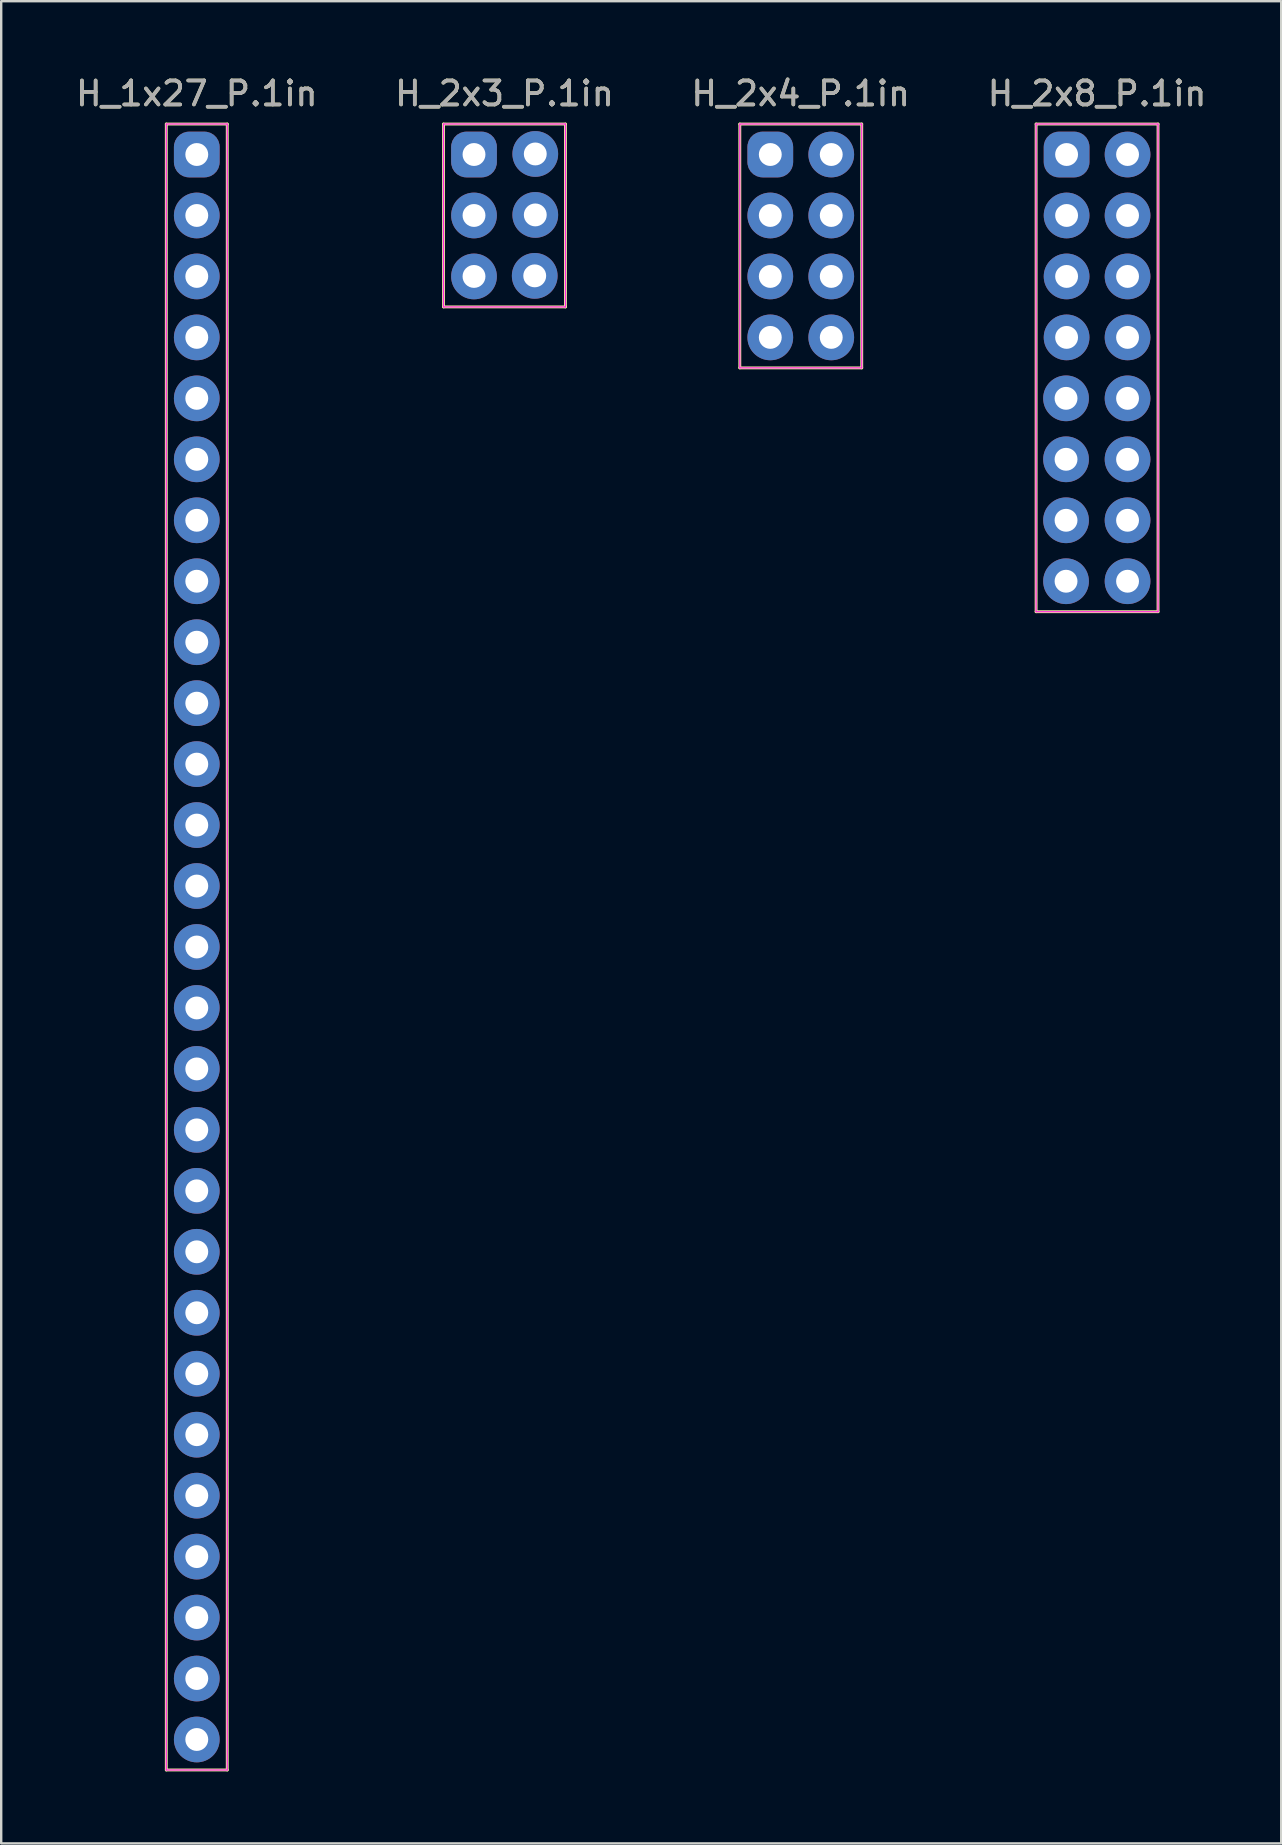
<source format=kicad_pcb>
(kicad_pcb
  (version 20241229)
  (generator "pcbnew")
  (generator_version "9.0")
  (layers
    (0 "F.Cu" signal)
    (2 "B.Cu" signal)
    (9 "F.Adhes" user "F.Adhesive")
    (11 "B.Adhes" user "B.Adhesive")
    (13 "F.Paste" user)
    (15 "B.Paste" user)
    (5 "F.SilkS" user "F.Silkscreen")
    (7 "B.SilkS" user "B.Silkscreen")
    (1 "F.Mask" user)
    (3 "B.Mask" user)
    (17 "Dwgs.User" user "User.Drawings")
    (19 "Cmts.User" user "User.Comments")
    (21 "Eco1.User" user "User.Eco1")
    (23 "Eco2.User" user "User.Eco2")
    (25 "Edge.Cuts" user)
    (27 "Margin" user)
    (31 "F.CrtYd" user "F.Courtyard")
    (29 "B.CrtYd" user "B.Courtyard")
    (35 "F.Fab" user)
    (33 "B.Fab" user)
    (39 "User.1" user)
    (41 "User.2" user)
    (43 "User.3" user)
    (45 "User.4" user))
  (footprint "H_2x8_P.1in"
    (layer "F.Cu")
    (at 41.391 3.388)
    (property "Reference" "H_2x8_P.1in" (at 1.27 -2.54 0) (layer "F.SilkS") (effects (font (size 1 1) (thickness 0.15))))
    (attr through_hole)
    (fp_line (start -1.27 -1.27) (end 3.81 -1.27) (stroke (width 0.12) (type solid)) (layer "F.SilkS"))
    (fp_line (start -1.27 19.05) (end -1.27 -1.27) (stroke (width 0.12) (type solid)) (layer "F.SilkS"))
    (fp_line (start 3.81 -1.27) (end 3.81 19.05) (stroke (width 0.12) (type solid)) (layer "F.SilkS"))
    (fp_line (start 3.81 19.05) (end -1.27 19.05) (stroke (width 0.12) (type solid)) (layer "F.SilkS"))
    (fp_line (start -1.27 -1.27) (end 3.81 -1.27) (stroke (width 0.05) (type solid)) (layer "F.CrtYd"))
    (fp_line (start -1.27 19.05) (end -1.27 -1.27) (stroke (width 0.05) (type solid)) (layer "F.CrtYd"))
    (fp_line (start 3.81 -1.27) (end 3.81 19.05) (stroke (width 0.05) (type solid)) (layer "F.CrtYd"))
    (fp_line (start 3.81 19.05) (end -1.27 19.05) (stroke (width 0.05) (type solid)) (layer "F.CrtYd"))
    (fp_text user "${REFERENCE}" (at 1.27 -2.54 180) (layer "F.Fab") (effects (font (size 1 1) (thickness 0.15))))
    (pad "1" thru_hole roundrect (at 0 0) (size 1.905 1.905) (drill 0.953) (layers "*.Cu" "*.Mask") (roundrect_rratio 0.333))
    (pad "2" thru_hole circle (at 0 2.54) (size 1.905 1.905) (drill 0.953) (layers "*.Cu" "*.Mask"))
    (pad "3" thru_hole circle (at 0 5.08) (size 1.905 1.905) (drill 0.953) (layers "*.Cu" "*.Mask"))
    (pad "4" thru_hole circle (at 0 7.62) (size 1.905 1.905) (drill 0.953) (layers "*.Cu" "*.Mask"))
    (pad "5" thru_hole circle (at -0.023 10.159 270) (size 1.905 1.905) (drill 0.953) (layers "*.Cu" "*.Mask"))
    (pad "6" thru_hole circle (at -0.023 12.699 270) (size 1.905 1.905) (drill 0.953) (layers "*.Cu" "*.Mask"))
    (pad "7" thru_hole circle (at -0.023 15.24 270) (size 1.905 1.905) (drill 0.953) (layers "*.Cu" "*.Mask"))
    (pad "8" thru_hole circle (at -0.023 17.78 270) (size 1.905 1.905) (drill 0.953) (layers "*.Cu" "*.Mask"))
    (pad "9" thru_hole circle (at 2.54 17.78 90) (size 1.905 1.905) (drill 0.953) (layers "*.Cu" "*.Mask"))
    (pad "10" thru_hole circle (at 2.54 15.24 90) (size 1.905 1.905) (drill 0.953) (layers "*.Cu" "*.Mask"))
    (pad "11" thru_hole circle (at 2.54 12.7 90) (size 1.905 1.905) (drill 0.953) (layers "*.Cu" "*.Mask"))
    (pad "12" thru_hole circle (at 2.54 10.16 90) (size 1.905 1.905) (drill 0.953) (layers "*.Cu" "*.Mask"))
    (pad "13" thru_hole circle (at 2.54 7.62 90) (size 1.905 1.905) (drill 0.953) (layers "*.Cu" "*.Mask"))
    (pad "14" thru_hole circle (at 2.54 5.08 90) (size 1.905 1.905) (drill 0.953) (layers "*.Cu" "*.Mask"))
    (pad "15" thru_hole circle (at 2.54 2.54 90) (size 1.905 1.905) (drill 0.953) (layers "*.Cu" "*.Mask"))
    (pad "16" thru_hole circle (at 2.54 0 90) (size 1.905 1.905) (drill 0.953) (layers "*.Cu" "*.Mask")))
  (footprint "H_2x4_P.1in"
    (layer "F.Cu")
    (at 29.045 3.388)
    (property "Reference" "H_2x4_P.1in" (at 1.27 -2.54 0) (layer "F.SilkS") (effects (font (size 1 1) (thickness 0.15))))
    (attr through_hole)
    (fp_line (start -1.27 -1.27) (end 3.81 -1.27) (stroke (width 0.12) (type solid)) (layer "F.SilkS"))
    (fp_line (start -1.27 8.89) (end -1.27 -1.27) (stroke (width 0.12) (type solid)) (layer "F.SilkS"))
    (fp_line (start -1.27 8.89) (end 3.81 8.89) (stroke (width 0.12) (type solid)) (layer "F.SilkS"))
    (fp_line (start 3.81 -1.27) (end 3.81 8.89) (stroke (width 0.12) (type solid)) (layer "F.SilkS"))
    (fp_line (start -1.27 -1.27) (end 3.81 -1.27) (stroke (width 0.05) (type solid)) (layer "F.CrtYd"))
    (fp_line (start -1.27 8.89) (end -1.27 -1.27) (stroke (width 0.05) (type solid)) (layer "F.CrtYd"))
    (fp_line (start -1.27 8.89) (end 3.81 8.89) (stroke (width 0.05) (type solid)) (layer "F.CrtYd"))
    (fp_line (start 3.81 -1.27) (end 3.81 8.89) (stroke (width 0.05) (type solid)) (layer "F.CrtYd"))
    (fp_text user "${REFERENCE}" (at 1.27 -2.54 180) (layer "F.Fab") (effects (font (size 1 1) (thickness 0.15))))
    (pad "1" thru_hole roundrect (at 0 0) (size 1.905 1.905) (drill 0.953) (layers "*.Cu" "*.Mask") (roundrect_rratio 0.333))
    (pad "2" thru_hole circle (at 0 2.54) (size 1.905 1.905) (drill 0.953) (layers "*.Cu" "*.Mask"))
    (pad "3" thru_hole circle (at 0 5.08) (size 1.905 1.905) (drill 0.953) (layers "*.Cu" "*.Mask"))
    (pad "4" thru_hole circle (at 0 7.62) (size 1.905 1.905) (drill 0.953) (layers "*.Cu" "*.Mask"))
    (pad "5" thru_hole circle (at 2.54 7.62 90) (size 1.905 1.905) (drill 0.953) (layers "*.Cu" "*.Mask"))
    (pad "6" thru_hole circle (at 2.54 5.08 90) (size 1.905 1.905) (drill 0.953) (layers "*.Cu" "*.Mask"))
    (pad "7" thru_hole circle (at 2.54 2.54 90) (size 1.905 1.905) (drill 0.953) (layers "*.Cu" "*.Mask"))
    (pad "8" thru_hole circle (at 2.54 0 90) (size 1.905 1.905) (drill 0.953) (layers "*.Cu" "*.Mask")))
  (footprint "H_1x27_P.1in"
    (layer "F.Cu")
    (at 5.149 3.388)
    (property "Reference" "H_1x27_P.1in" (at 0 -2.54 0) (layer "F.SilkS") (effects (font (size 1 1) (thickness 0.15))))
    (attr through_hole)
    (fp_line (start -1.27 -1.27) (end 1.27 -1.27) (stroke (width 0.12) (type solid)) (layer "F.SilkS"))
    (fp_line (start -1.27 67.31) (end -1.27 -1.27) (stroke (width 0.12) (type solid)) (layer "F.SilkS"))
    (fp_line (start 1.27 67.31) (end -1.27 67.31) (stroke (width 0.12) (type solid)) (layer "F.SilkS"))
    (fp_line (start 1.27 67.31) (end 1.27 -1.27) (stroke (width 0.12) (type solid)) (layer "F.SilkS"))
    (fp_line (start -1.27 -1.27) (end -1.27 67.31) (stroke (width 0.05) (type solid)) (layer "F.CrtYd"))
    (fp_line (start -1.27 -1.27) (end 1.27 -1.27) (stroke (width 0.05) (type solid)) (layer "F.CrtYd"))
    (fp_line (start -1.27 67.31) (end 1.27 67.31) (stroke (width 0.05) (type solid)) (layer "F.CrtYd"))
    (fp_line (start 1.27 -1.27) (end 1.27 67.31) (stroke (width 0.05) (type solid)) (layer "F.CrtYd"))
    (fp_text user "${REFERENCE}" (at 0 -2.54 180) (layer "F.Fab") (effects (font (size 1 1) (thickness 0.15))))
    (pad "1" thru_hole roundrect (at 0 0 270) (size 1.905 1.905) (drill 0.953) (layers "*.Cu" "*.Mask") (roundrect_rratio 0.333))
    (pad "2" thru_hole circle (at 0 2.54 270) (size 1.905 1.905) (drill 0.953) (layers "*.Cu" "*.Mask"))
    (pad "3" thru_hole circle (at 0 5.08 270) (size 1.905 1.905) (drill 0.953) (layers "*.Cu" "*.Mask"))
    (pad "4" thru_hole circle (at 0 7.62 270) (size 1.905 1.905) (drill 0.953) (layers "*.Cu" "*.Mask"))
    (pad "5" thru_hole circle (at 0 10.16 270) (size 1.905 1.905) (drill 0.953) (layers "*.Cu" "*.Mask"))
    (pad "6" thru_hole circle (at 0 12.7 270) (size 1.905 1.905) (drill 0.953) (layers "*.Cu" "*.Mask"))
    (pad "7" thru_hole circle (at 0 15.24 270) (size 1.905 1.905) (drill 0.953) (layers "*.Cu" "*.Mask"))
    (pad "8" thru_hole circle (at 0 17.78 270) (size 1.905 1.905) (drill 0.953) (layers "*.Cu" "*.Mask"))
    (pad "9" thru_hole circle (at 0 20.32 270) (size 1.905 1.905) (drill 0.953) (layers "*.Cu" "*.Mask"))
    (pad "10" thru_hole circle (at 0 22.86 270) (size 1.905 1.905) (drill 0.953) (layers "*.Cu" "*.Mask"))
    (pad "11" thru_hole circle (at 0 25.4 270) (size 1.905 1.905) (drill 0.953) (layers "*.Cu" "*.Mask"))
    (pad "12" thru_hole circle (at 0 27.94 270) (size 1.905 1.905) (drill 0.953) (layers "*.Cu" "*.Mask"))
    (pad "13" thru_hole circle (at 0 30.48 270) (size 1.905 1.905) (drill 0.953) (layers "*.Cu" "*.Mask"))
    (pad "14" thru_hole circle (at 0 33.02 270) (size 1.905 1.905) (drill 0.953) (layers "*.Cu" "*.Mask"))
    (pad "15" thru_hole circle (at 0 35.56 270) (size 1.905 1.905) (drill 0.953) (layers "*.Cu" "*.Mask"))
    (pad "16" thru_hole circle (at 0 38.1 270) (size 1.905 1.905) (drill 0.953) (layers "*.Cu" "*.Mask"))
    (pad "17" thru_hole circle (at 0 40.64 270) (size 1.905 1.905) (drill 0.953) (layers "*.Cu" "*.Mask"))
    (pad "18" thru_hole circle (at 0 43.18 270) (size 1.905 1.905) (drill 0.953) (layers "*.Cu" "*.Mask"))
    (pad "19" thru_hole circle (at 0 45.72 270) (size 1.905 1.905) (drill 0.953) (layers "*.Cu" "*.Mask"))
    (pad "20" thru_hole circle (at 0 48.26 270) (size 1.905 1.905) (drill 0.953) (layers "*.Cu" "*.Mask"))
    (pad "21" thru_hole circle (at 0 50.8 270) (size 1.905 1.905) (drill 0.953) (layers "*.Cu" "*.Mask"))
    (pad "22" thru_hole circle (at 0 53.34 270) (size 1.905 1.905) (drill 0.953) (layers "*.Cu" "*.Mask"))
    (pad "23" thru_hole circle (at 0 55.88 270) (size 1.905 1.905) (drill 0.953) (layers "*.Cu" "*.Mask"))
    (pad "24" thru_hole circle (at 0 58.42 270) (size 1.905 1.905) (drill 0.953) (layers "*.Cu" "*.Mask"))
    (pad "25" thru_hole circle (at 0 60.96 270) (size 1.905 1.905) (drill 0.953) (layers "*.Cu" "*.Mask"))
    (pad "26" thru_hole circle (at 0 63.5 270) (size 1.905 1.905) (drill 0.953) (layers "*.Cu" "*.Mask"))
    (pad "27" thru_hole circle (at 0 66.04 270) (size 1.905 1.905) (drill 0.953) (layers "*.Cu" "*.Mask")))
  (footprint "H_2x3_P.1in"
    (layer "F.Cu")
    (at 16.7 3.388)
    (property "Reference" "H_2x3_P.1in" (at 1.27 -2.54 0) (layer "F.SilkS") (effects (font (size 1 1) (thickness 0.15))))
    (attr through_hole)
    (fp_line (start -1.27 -1.27) (end 3.81 -1.27) (stroke (width 0.12) (type solid)) (layer "F.SilkS"))
    (fp_line (start -1.27 6.35) (end -1.27 -1.27) (stroke (width 0.12) (type solid)) (layer "F.SilkS"))
    (fp_line (start 3.81 -1.27) (end 3.81 6.35) (stroke (width 0.12) (type solid)) (layer "F.SilkS"))
    (fp_line (start 3.81 6.35) (end -1.27 6.35) (stroke (width 0.12) (type solid)) (layer "F.SilkS"))
    (fp_line (start -1.27 -1.27) (end 3.81 -1.27) (stroke (width 0.05) (type solid)) (layer "F.CrtYd"))
    (fp_line (start -1.27 6.35) (end -1.27 -1.27) (stroke (width 0.05) (type solid)) (layer "F.CrtYd"))
    (fp_line (start 3.81 -1.27) (end 3.81 6.35) (stroke (width 0.05) (type solid)) (layer "F.CrtYd"))
    (fp_line (start 3.81 6.35) (end -1.27 6.35) (stroke (width 0.05) (type solid)) (layer "F.CrtYd"))
    (fp_text user "${REFERENCE}" (at 1.27 -2.54 180) (layer "F.Fab") (effects (font (size 1 1) (thickness 0.15))))
    (pad "1" thru_hole roundrect (at 0 0) (size 1.905 1.905) (drill 0.953) (layers "*.Cu" "*.Mask") (roundrect_rratio 0.333))
    (pad "2" thru_hole circle (at 0 2.54) (size 1.905 1.905) (drill 0.953) (layers "*.Cu" "*.Mask"))
    (pad "3" thru_hole circle (at 0 5.08) (size 1.905 1.905) (drill 0.953) (layers "*.Cu" "*.Mask"))
    (pad "4" thru_hole circle (at 2.53 5.056 180) (size 1.905 1.905) (drill 0.953) (layers "*.Cu" "*.Mask"))
    (pad "5" thru_hole circle (at 2.553 2.517 90) (size 1.905 1.905) (drill 0.953) (layers "*.Cu" "*.Mask"))
    (pad "6" thru_hole circle (at 2.553 -0.023 90) (size 1.905 1.905) (drill 0.953) (layers "*.Cu" "*.Mask")))
  (gr_rect
    (start -3 -3)
    (end 50.333 73.758)
    (stroke (width 0.1) (type default))
    (fill no)
    (layer "Edge.Cuts")))
</source>
